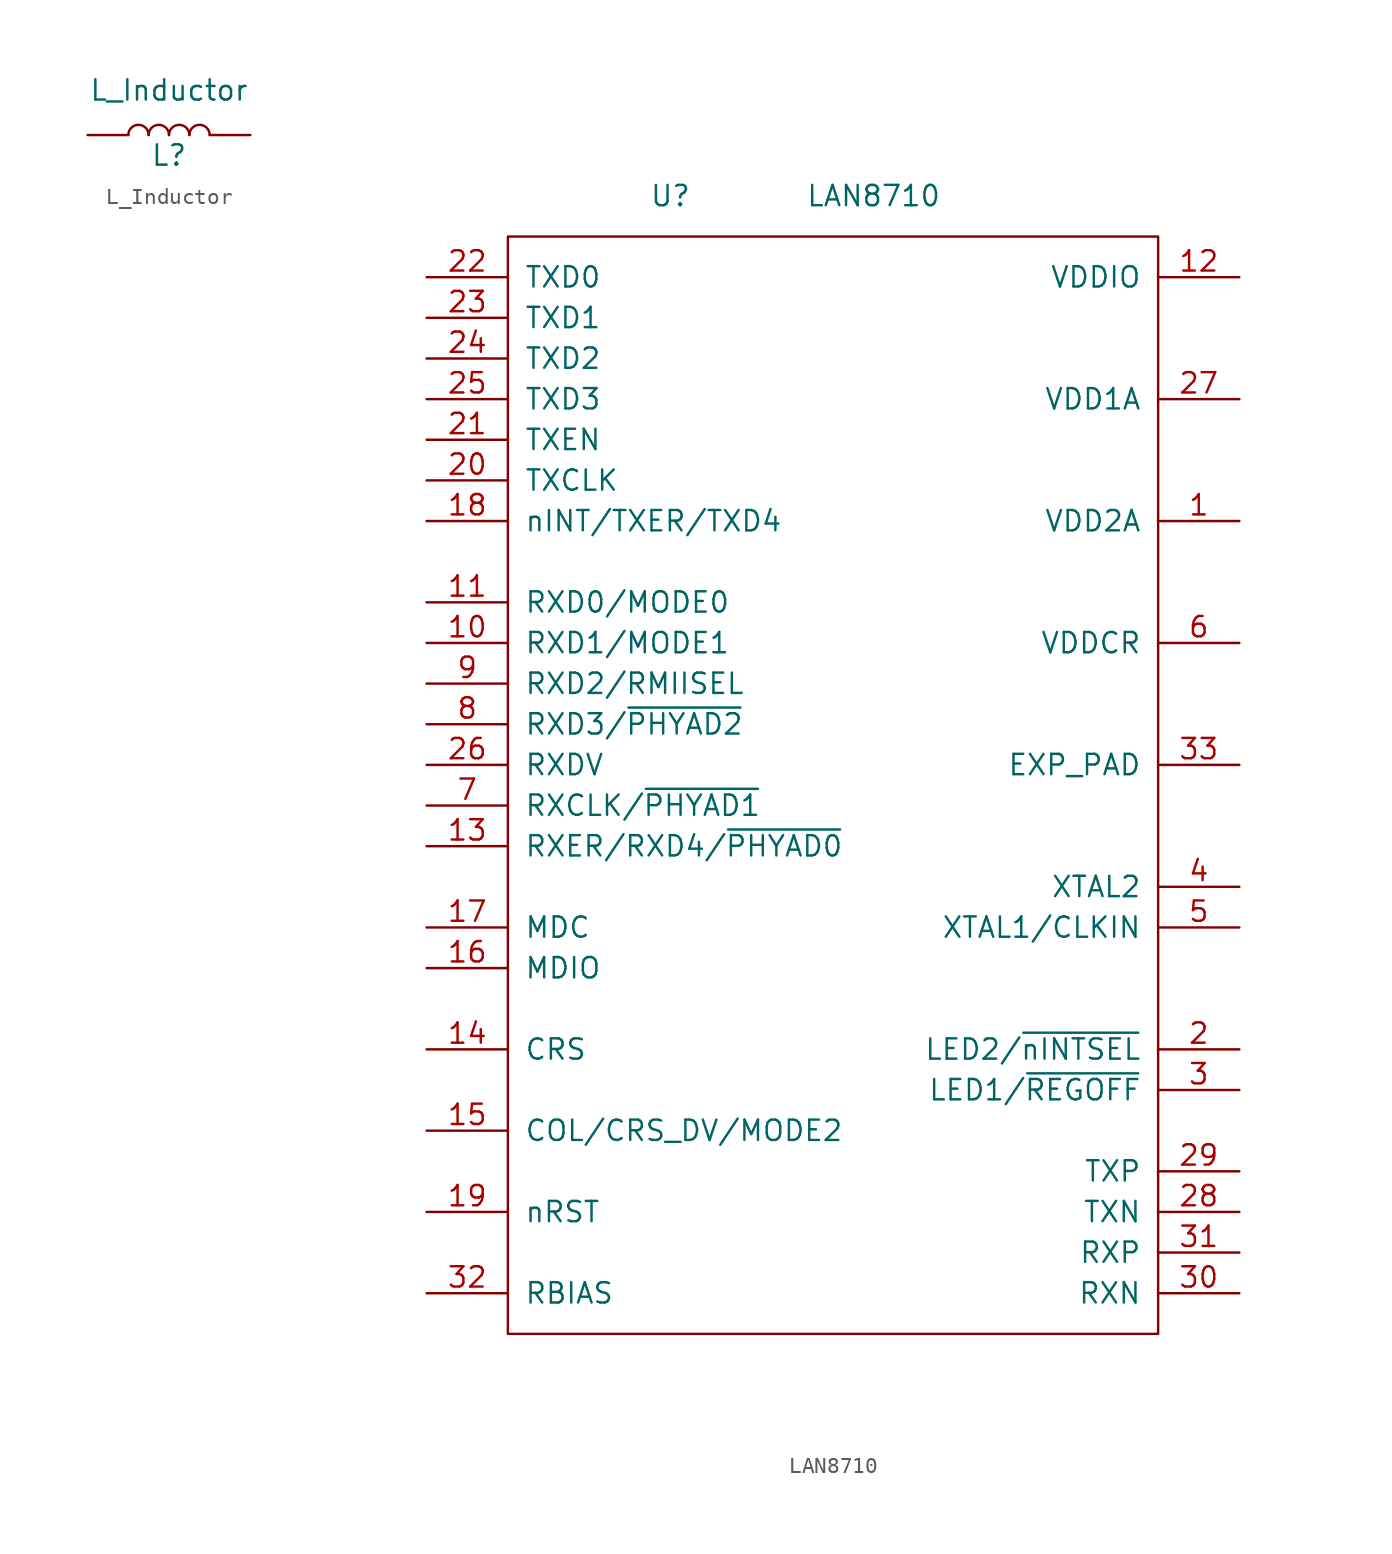
<source format=kicad_sym>
(kicad_symbol_lib
  (version 20220914)
  (generator kicad_symbol_editor)
  (symbol "L_Inductor"
    (pin_numbers hide)
    (pin_names
      (offset 1.016) hide)
    (property "Reference" "L"
      (at 0 -1.27 0)
      (effects (font (size 1.27 1.27))))
    (property "Value" "L_Inductor"
      (at 0 2.794 0)
      (effects (font (size 1.27 1.27))))
    (symbol "L_Inductor_0_1"
      (arc (start -1.27 0) (mid -1.905 0.6323) (end -2.54 0) (stroke (width 0) (type solid)) (fill (type none)))
      (arc (start 0 0) (mid -0.635 0.6323) (end -1.27 0) (stroke (width 0) (type solid)) (fill (type none)))
      (arc (start 1.27 0) (mid 0.635 0.6323) (end 0 0) (stroke (width 0) (type solid)) (fill (type none)))
      (arc (start 2.54 0) (mid 1.905 0.6323) (end 1.27 0) (stroke (width 0) (type solid)) (fill (type none))))
    (symbol "L_Inductor_1_1"
      (pin passive line (at -5.08 0 0) (length 2.54) (name "1" (effects (font (size 1.27 1.27)))) (number "1" (effects (font (size 1.27 1.27)))))
      (pin passive line (at 5.08 0 180) (length 2.54) (name "2" (effects (font (size 1.27 1.27)))) (number "2" (effects (font (size 1.27 1.27)))))))
  (symbol "LAN8710"
    (pin_names
      (offset 1.016))
    (property "Reference" "U"
      (at 10.16 2.54 0)
      (effects (font (size 1.27 1.27))))
    (property "Value" "LAN8710"
      (at 22.86 2.54 0)
      (effects (font (size 1.27 1.27))))
    (symbol "LAN8710_1_1"
      (polyline (pts (xy 0 0) (xy 40.64 0) (xy 40.64 -68.58) (xy 0 -68.58) (xy 0 0)) (stroke (width 0.152) (type solid)) (fill (type none)))
      (pin power_in line (at 45.72 -17.78 180) (length 5.08) (name "VDD2A" (effects (font (size 1.27 1.27)))) (number "1" (effects (font (size 1.27 1.27)))))
      (pin output line (at -5.08 -25.4 0) (length 5.08) (name "RXD1/MODE1" (effects (font (size 1.27 1.27)))) (number "10" (effects (font (size 1.27 1.27)))))
      (pin output line (at -5.08 -22.86 0) (length 5.08) (name "RXD0/MODE0" (effects (font (size 1.27 1.27)))) (number "11" (effects (font (size 1.27 1.27)))))
      (pin power_in line (at 45.72 -2.54 180) (length 5.08) (name "VDDIO" (effects (font (size 1.27 1.27)))) (number "12" (effects (font (size 1.27 1.27)))))
      (pin input line (at -5.08 -38.1 0) (length 5.08) (name "RXER/RXD4/~{PHYAD0}" (effects (font (size 1.27 1.27)))) (number "13" (effects (font (size 1.27 1.27)))))
      (pin input line (at -5.08 -50.8 0) (length 5.08) (name "CRS" (effects (font (size 1.27 1.27)))) (number "14" (effects (font (size 1.27 1.27)))))
      (pin output line (at -5.08 -55.88 0) (length 5.08) (name "COL/CRS_DV/MODE2" (effects (font (size 1.27 1.27)))) (number "15" (effects (font (size 1.27 1.27)))))
      (pin input line (at -5.08 -45.72 0) (length 5.08) (name "MDIO" (effects (font (size 1.27 1.27)))) (number "16" (effects (font (size 1.27 1.27)))))
      (pin input line (at -5.08 -43.18 0) (length 5.08) (name "MDC" (effects (font (size 1.27 1.27)))) (number "17" (effects (font (size 1.27 1.27)))))
      (pin input line (at -5.08 -17.78 0) (length 5.08) (name "nINT/TXER/TXD4" (effects (font (size 1.27 1.27)))) (number "18" (effects (font (size 1.27 1.27)))))
      (pin input line (at -5.08 -60.96 0) (length 5.08) (name "nRST" (effects (font (size 1.27 1.27)))) (number "19" (effects (font (size 1.27 1.27)))))
      (pin output line (at 45.72 -50.8 180) (length 5.08) (name "LED2/~{nINTSEL}" (effects (font (size 1.27 1.27)))) (number "2" (effects (font (size 1.27 1.27)))))
      (pin output line (at -5.08 -15.24 0) (length 5.08) (name "TXCLK" (effects (font (size 1.27 1.27)))) (number "20" (effects (font (size 1.27 1.27)))))
      (pin input line (at -5.08 -12.7 0) (length 5.08) (name "TXEN" (effects (font (size 1.27 1.27)))) (number "21" (effects (font (size 1.27 1.27)))))
      (pin output line (at -5.08 -2.54 0) (length 5.08) (name "TXD0" (effects (font (size 1.27 1.27)))) (number "22" (effects (font (size 1.27 1.27)))))
      (pin output line (at -5.08 -5.08 0) (length 5.08) (name "TXD1" (effects (font (size 1.27 1.27)))) (number "23" (effects (font (size 1.27 1.27)))))
      (pin output line (at -5.08 -7.62 0) (length 5.08) (name "TXD2" (effects (font (size 1.27 1.27)))) (number "24" (effects (font (size 1.27 1.27)))))
      (pin output line (at -5.08 -10.16 0) (length 5.08) (name "TXD3" (effects (font (size 1.27 1.27)))) (number "25" (effects (font (size 1.27 1.27)))))
      (pin input line (at -5.08 -33.02 0) (length 5.08) (name "RXDV" (effects (font (size 1.27 1.27)))) (number "26" (effects (font (size 1.27 1.27)))))
      (pin power_in line (at 45.72 -10.16 180) (length 5.08) (name "VDD1A" (effects (font (size 1.27 1.27)))) (number "27" (effects (font (size 1.27 1.27)))))
      (pin output line (at 45.72 -60.96 180) (length 5.08) (name "TXN" (effects (font (size 1.27 1.27)))) (number "28" (effects (font (size 1.27 1.27)))))
      (pin output line (at 45.72 -58.42 180) (length 5.08) (name "TXP" (effects (font (size 1.27 1.27)))) (number "29" (effects (font (size 1.27 1.27)))))
      (pin output line (at 45.72 -53.34 180) (length 5.08) (name "LED1/~{REGOFF}" (effects (font (size 1.27 1.27)))) (number "3" (effects (font (size 1.27 1.27)))))
      (pin input line (at 45.72 -66.04 180) (length 5.08) (name "RXN" (effects (font (size 1.27 1.27)))) (number "30" (effects (font (size 1.27 1.27)))))
      (pin input line (at 45.72 -63.5 180) (length 5.08) (name "RXP" (effects (font (size 1.27 1.27)))) (number "31" (effects (font (size 1.27 1.27)))))
      (pin input line (at -5.08 -66.04 0) (length 5.08) (name "RBIAS" (effects (font (size 1.27 1.27)))) (number "32" (effects (font (size 1.27 1.27)))))
      (pin power_in line (at 45.72 -33.02 180) (length 5.08) (name "EXP_PAD" (effects (font (size 1.27 1.27)))) (number "33" (effects (font (size 1.27 1.27)))))
      (pin output line (at 45.72 -40.64 180) (length 5.08) (name "XTAL2" (effects (font (size 1.27 1.27)))) (number "4" (effects (font (size 1.27 1.27)))))
      (pin input line (at 45.72 -43.18 180) (length 5.08) (name "XTAL1/CLKIN" (effects (font (size 1.27 1.27)))) (number "5" (effects (font (size 1.27 1.27)))))
      (pin power_in line (at 45.72 -25.4 180) (length 5.08) (name "VDDCR" (effects (font (size 1.27 1.27)))) (number "6" (effects (font (size 1.27 1.27)))))
      (pin input line (at -5.08 -35.56 0) (length 5.08) (name "RXCLK/~{PHYAD1}" (effects (font (size 1.27 1.27)))) (number "7" (effects (font (size 1.27 1.27)))))
      (pin input line (at -5.08 -30.48 0) (length 5.08) (name "RXD3/~{PHYAD2}" (effects (font (size 1.27 1.27)))) (number "8" (effects (font (size 1.27 1.27)))))
      (pin input line (at -5.08 -27.94 0) (length 5.08) (name "RXD2/RMIISEL" (effects (font (size 1.27 1.27)))) (number "9" (effects (font (size 1.27 1.27))))))))
</source>
